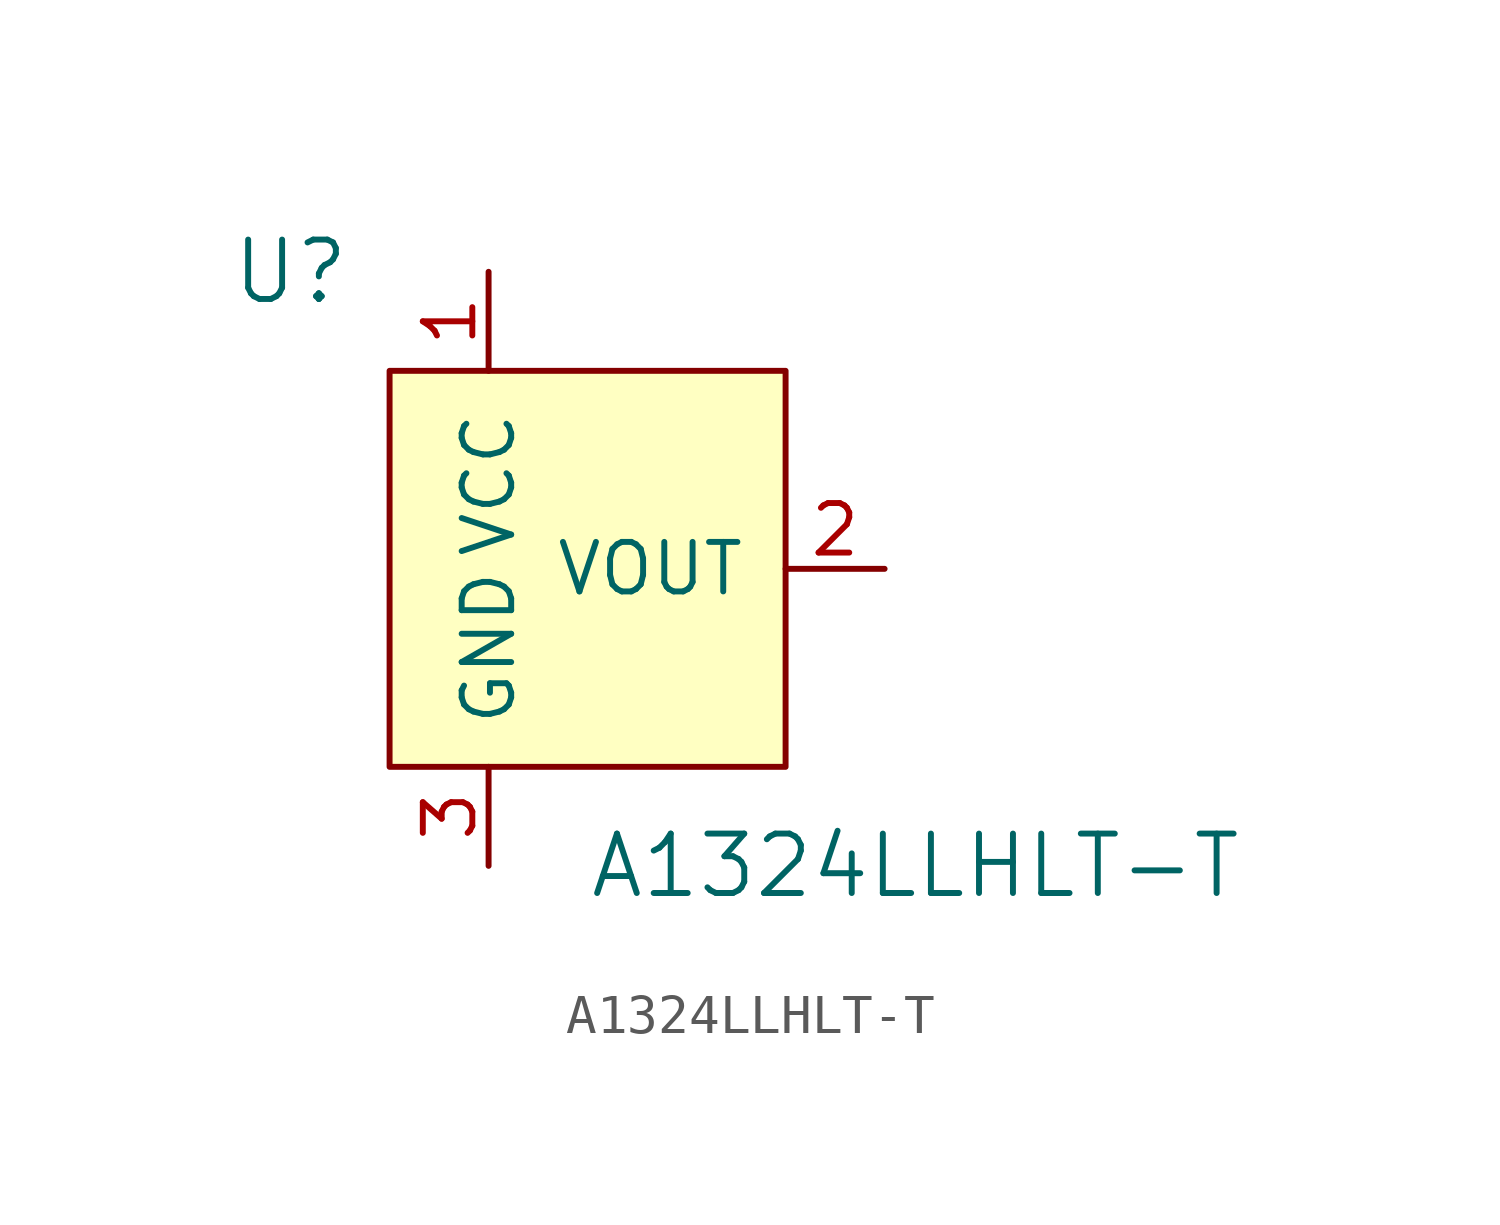
<source format=kicad_sym>
(kicad_symbol_lib
  (version 20220914)
  (generator kicad_symbol_editor)
  (symbol "A1324LLHLT-T"
    (pin_names
      (offset 1.016))
    (property "Reference" "U"
      (at -5.08 7.62 0)
      (effects (font (size 1.524 1.524))))
    (property "Value" "A1324LLHLT-T"
      (at 2.54 -7.62 0)
      (effects (font (size 1.524 1.524)) (justify left)))
    (symbol "A1324LLHLT-T_0_1"
      (rectangle (start 7.62 5.08) (end -2.54 -5.08) (stroke (width 0) (type solid)) (fill (type background))))
    (symbol "A1324LLHLT-T_1_1"
      (pin power_in line (at 0 7.62 270) (length 2.54) (name "VCC" (effects (font (size 1.27 1.27)))) (number "1" (effects (font (size 1.27 1.27)))))
      (pin output line (at 10.16 0 180) (length 2.54) (name "VOUT" (effects (font (size 1.27 1.27)))) (number "2" (effects (font (size 1.27 1.27)))))
      (pin power_in line (at 0 -7.62 90) (length 2.54) (name "GND" (effects (font (size 1.27 1.27)))) (number "3" (effects (font (size 1.27 1.27))))))))
</source>
